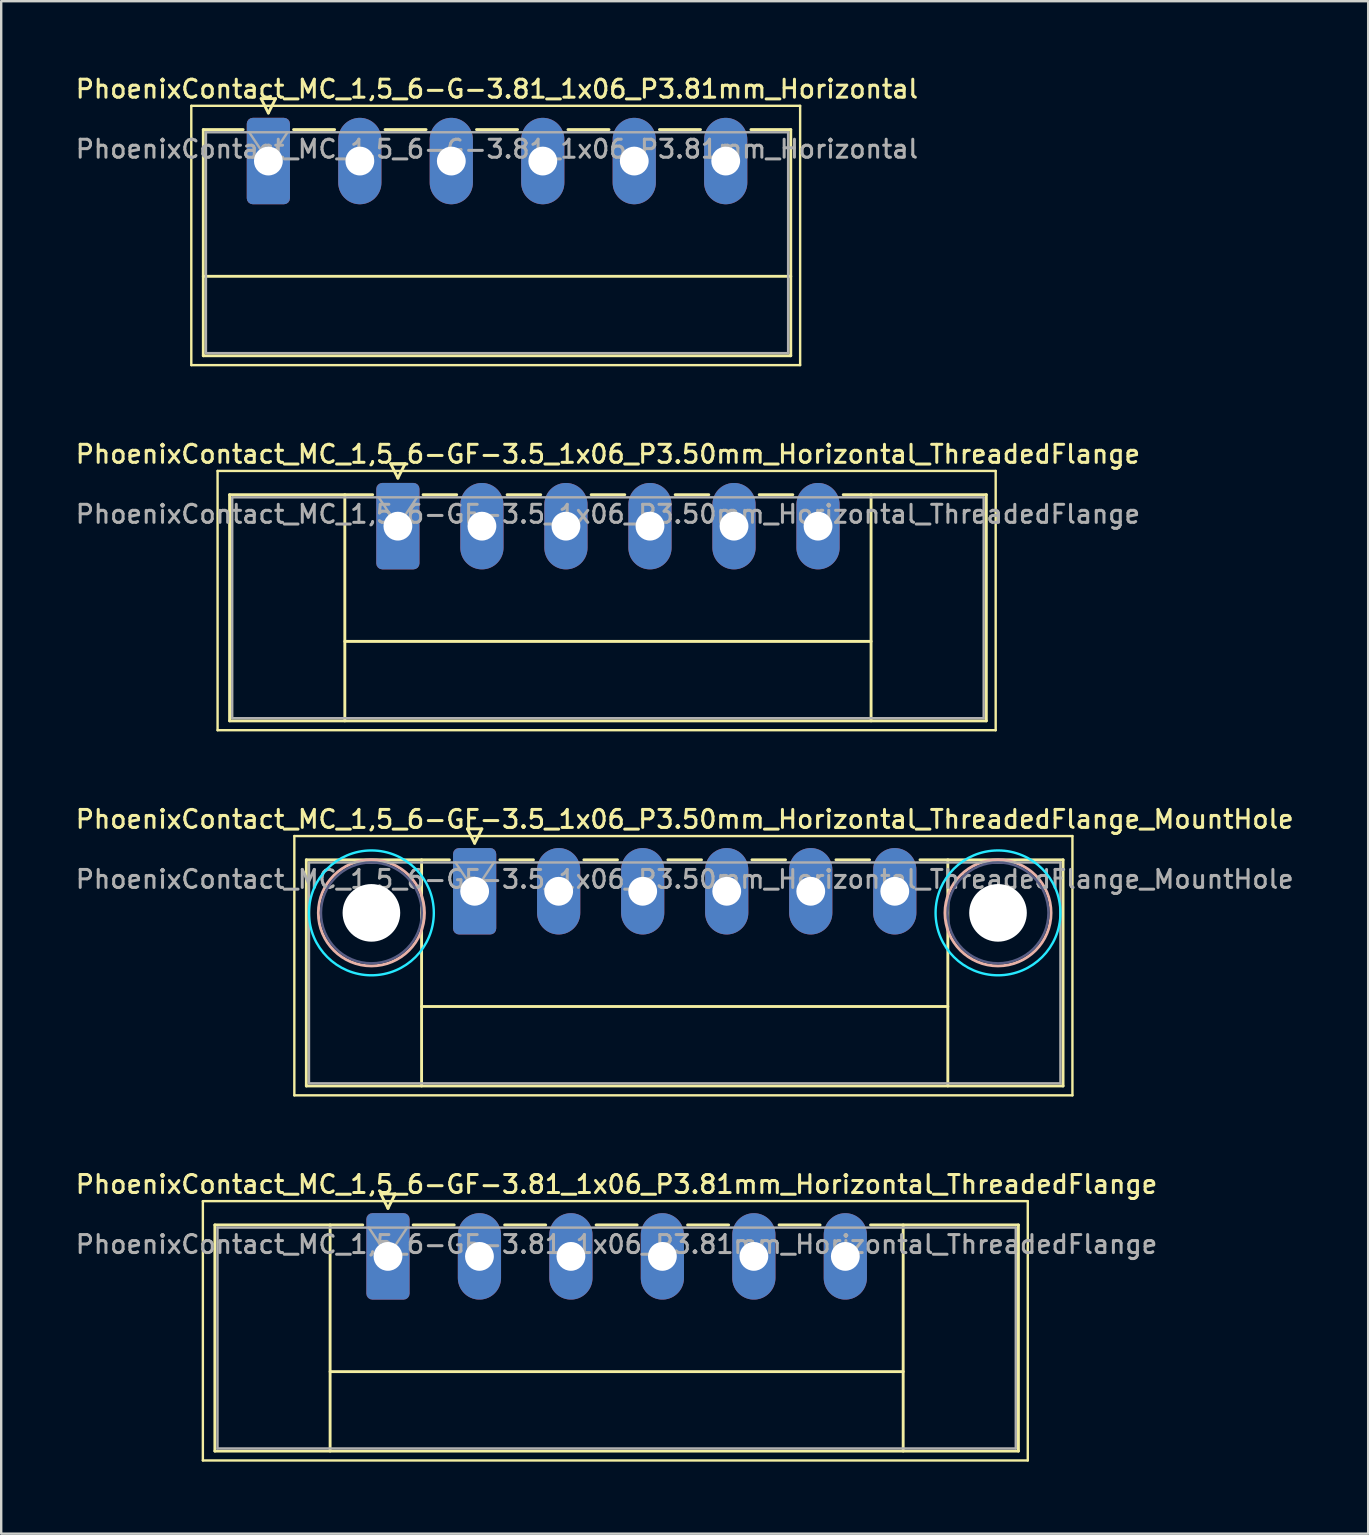
<source format=kicad_pcb>
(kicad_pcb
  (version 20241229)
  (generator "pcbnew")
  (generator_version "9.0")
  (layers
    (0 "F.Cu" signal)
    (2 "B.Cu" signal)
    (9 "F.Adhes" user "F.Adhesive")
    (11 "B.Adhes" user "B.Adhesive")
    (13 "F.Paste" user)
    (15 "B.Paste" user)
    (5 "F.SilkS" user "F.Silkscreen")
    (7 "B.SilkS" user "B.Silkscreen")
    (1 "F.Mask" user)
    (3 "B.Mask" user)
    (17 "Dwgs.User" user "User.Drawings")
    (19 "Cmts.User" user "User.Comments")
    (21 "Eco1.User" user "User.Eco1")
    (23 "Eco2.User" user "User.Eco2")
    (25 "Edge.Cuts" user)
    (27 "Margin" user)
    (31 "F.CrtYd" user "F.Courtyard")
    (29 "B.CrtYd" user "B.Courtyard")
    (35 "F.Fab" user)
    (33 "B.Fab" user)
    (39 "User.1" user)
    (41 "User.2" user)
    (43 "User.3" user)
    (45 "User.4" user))
  (footprint "PhoenixContact_MC_1,5_6-GF-3.5_1x06_P3.50mm_Horizontal_ThreadedFlange"
    (layer "F.Cu")
    (at 13.523 18.866)
    (property "Reference" "PhoenixContact_MC_1,5_6-GF-3.5_1x06_P3.50mm_Horizontal_ThreadedFlange" (at 8.75 -3 0) (layer "F.SilkS") (effects (font (size 0.75 0.75) (thickness 0.125))))
    (attr through_hole)
    (fp_line (start -7.51 -2.3) (end -7.51 8.5) (stroke (width 0.1) (type solid)) (layer "F.SilkS"))
    (fp_line (start -7.51 8.5) (end 24.9 8.5) (stroke (width 0.1) (type solid)) (layer "F.SilkS"))
    (fp_line (start -7.01 -1.31) (end -7.01 8.11) (stroke (width 0.12) (type solid)) (layer "F.SilkS"))
    (fp_line (start -7.01 -1.31) (end -1.05 -1.31) (stroke (width 0.12) (type solid)) (layer "F.SilkS"))
    (fp_line (start -7.01 8.11) (end 24.51 8.11) (stroke (width 0.12) (type solid)) (layer "F.SilkS"))
    (fp_line (start -2.21 -1.31) (end -2.21 8.11) (stroke (width 0.12) (type solid)) (layer "F.SilkS"))
    (fp_line (start -2.21 4.8) (end 19.71 4.8) (stroke (width 0.12) (type solid)) (layer "F.SilkS"))
    (fp_line (start -0.3 -2.6) (end 0.3 -2.6) (stroke (width 0.12) (type solid)) (layer "F.SilkS"))
    (fp_line (start 0 -2) (end -0.3 -2.6) (stroke (width 0.12) (type solid)) (layer "F.SilkS"))
    (fp_line (start 0.3 -2.6) (end 0 -2) (stroke (width 0.12) (type solid)) (layer "F.SilkS"))
    (fp_line (start 1.05 -1.31) (end 2.45 -1.31) (stroke (width 0.12) (type solid)) (layer "F.SilkS"))
    (fp_line (start 4.55 -1.31) (end 5.95 -1.31) (stroke (width 0.12) (type solid)) (layer "F.SilkS"))
    (fp_line (start 8.05 -1.31) (end 9.45 -1.31) (stroke (width 0.12) (type solid)) (layer "F.SilkS"))
    (fp_line (start 11.55 -1.31) (end 12.95 -1.31) (stroke (width 0.12) (type solid)) (layer "F.SilkS"))
    (fp_line (start 15.05 -1.31) (end 16.45 -1.31) (stroke (width 0.12) (type solid)) (layer "F.SilkS"))
    (fp_line (start 19.71 -1.31) (end 19.71 8.11) (stroke (width 0.12) (type solid)) (layer "F.SilkS"))
    (fp_line (start 24.51 -1.31) (end 18.55 -1.31) (stroke (width 0.12) (type solid)) (layer "F.SilkS"))
    (fp_line (start 24.51 8.11) (end 24.51 -1.31) (stroke (width 0.12) (type solid)) (layer "F.SilkS"))
    (fp_line (start 24.9 -2.3) (end -7.51 -2.3) (stroke (width 0.1) (type solid)) (layer "F.SilkS"))
    (fp_line (start 24.9 8.5) (end 24.9 -2.3) (stroke (width 0.1) (type solid)) (layer "F.SilkS"))
    (fp_line (start -6.9 -1.2) (end -6.9 8) (stroke (width 0.1) (type solid)) (layer "F.Fab"))
    (fp_line (start -6.9 8) (end 24.4 8) (stroke (width 0.1) (type solid)) (layer "F.Fab"))
    (fp_line (start 0 0) (end -0.8 -1.2) (stroke (width 0.1) (type solid)) (layer "F.Fab"))
    (fp_line (start 0.8 -1.2) (end 0 0) (stroke (width 0.1) (type solid)) (layer "F.Fab"))
    (fp_line (start 24.4 -1.2) (end -6.9 -1.2) (stroke (width 0.1) (type solid)) (layer "F.Fab"))
    (fp_line (start 24.4 8) (end 24.4 -1.2) (stroke (width 0.1) (type solid)) (layer "F.Fab"))
    (fp_text user "${REFERENCE}" (at 8.75 -0.5 0) (layer "F.Fab") (effects (font (size 0.75 0.75) (thickness 0.125))))
    (pad "1" thru_hole roundrect (at 0 0) (size 1.8 3.6) (drill 1.2) (layers "*.Cu" "*.Mask") (roundrect_rratio 0.139))
    (pad "2" thru_hole oval (at 3.5 0) (size 1.8 3.6) (drill 1.2) (layers "*.Cu" "*.Mask"))
    (pad "3" thru_hole oval (at 7 0) (size 1.8 3.6) (drill 1.2) (layers "*.Cu" "*.Mask"))
    (pad "4" thru_hole oval (at 10.5 0) (size 1.8 3.6) (drill 1.2) (layers "*.Cu" "*.Mask"))
    (pad "5" thru_hole oval (at 14 0) (size 1.8 3.6) (drill 1.2) (layers "*.Cu" "*.Mask"))
    (pad "6" thru_hole oval (at 17.5 0) (size 1.8 3.6) (drill 1.2) (layers "*.Cu" "*.Mask")))
  (footprint "PhoenixContact_MC_1,5_6-GF-3.81_1x06_P3.81mm_Horizontal_ThreadedFlange"
    (layer "F.Cu")
    (at 13.11 49.282)
    (property "Reference" "PhoenixContact_MC_1,5_6-GF-3.81_1x06_P3.81mm_Horizontal_ThreadedFlange" (at 9.52 -3 0) (layer "F.SilkS") (effects (font (size 0.75 0.75) (thickness 0.125))))
    (attr through_hole)
    (fp_line (start -7.71 -2.3) (end -7.71 8.5) (stroke (width 0.1) (type solid)) (layer "F.SilkS"))
    (fp_line (start -7.71 8.5) (end 26.65 8.5) (stroke (width 0.1) (type solid)) (layer "F.SilkS"))
    (fp_line (start -7.21 -1.31) (end -7.21 8.11) (stroke (width 0.12) (type solid)) (layer "F.SilkS"))
    (fp_line (start -7.21 -1.31) (end -1.05 -1.31) (stroke (width 0.12) (type solid)) (layer "F.SilkS"))
    (fp_line (start -7.21 8.11) (end 26.26 8.11) (stroke (width 0.12) (type solid)) (layer "F.SilkS"))
    (fp_line (start -2.41 -1.31) (end -2.41 8.11) (stroke (width 0.12) (type solid)) (layer "F.SilkS"))
    (fp_line (start -2.41 4.8) (end 21.46 4.8) (stroke (width 0.12) (type solid)) (layer "F.SilkS"))
    (fp_line (start -0.3 -2.6) (end 0.3 -2.6) (stroke (width 0.12) (type solid)) (layer "F.SilkS"))
    (fp_line (start 0 -2) (end -0.3 -2.6) (stroke (width 0.12) (type solid)) (layer "F.SilkS"))
    (fp_line (start 0.3 -2.6) (end 0 -2) (stroke (width 0.12) (type solid)) (layer "F.SilkS"))
    (fp_line (start 1.05 -1.31) (end 2.76 -1.31) (stroke (width 0.12) (type solid)) (layer "F.SilkS"))
    (fp_line (start 4.86 -1.31) (end 6.57 -1.31) (stroke (width 0.12) (type solid)) (layer "F.SilkS"))
    (fp_line (start 8.67 -1.31) (end 10.38 -1.31) (stroke (width 0.12) (type solid)) (layer "F.SilkS"))
    (fp_line (start 12.48 -1.31) (end 14.19 -1.31) (stroke (width 0.12) (type solid)) (layer "F.SilkS"))
    (fp_line (start 16.29 -1.31) (end 18 -1.31) (stroke (width 0.12) (type solid)) (layer "F.SilkS"))
    (fp_line (start 21.46 -1.31) (end 21.46 8.11) (stroke (width 0.12) (type solid)) (layer "F.SilkS"))
    (fp_line (start 26.26 -1.31) (end 20.1 -1.31) (stroke (width 0.12) (type solid)) (layer "F.SilkS"))
    (fp_line (start 26.26 8.11) (end 26.26 -1.31) (stroke (width 0.12) (type solid)) (layer "F.SilkS"))
    (fp_line (start 26.65 -2.3) (end -7.71 -2.3) (stroke (width 0.1) (type solid)) (layer "F.SilkS"))
    (fp_line (start 26.65 8.5) (end 26.65 -2.3) (stroke (width 0.1) (type solid)) (layer "F.SilkS"))
    (fp_line (start -7.1 -1.2) (end -7.1 8) (stroke (width 0.1) (type solid)) (layer "F.Fab"))
    (fp_line (start -7.1 8) (end 26.15 8) (stroke (width 0.1) (type solid)) (layer "F.Fab"))
    (fp_line (start 0 0) (end -0.8 -1.2) (stroke (width 0.1) (type solid)) (layer "F.Fab"))
    (fp_line (start 0.8 -1.2) (end 0 0) (stroke (width 0.1) (type solid)) (layer "F.Fab"))
    (fp_line (start 26.15 -1.2) (end -7.1 -1.2) (stroke (width 0.1) (type solid)) (layer "F.Fab"))
    (fp_line (start 26.15 8) (end 26.15 -1.2) (stroke (width 0.1) (type solid)) (layer "F.Fab"))
    (fp_text user "${REFERENCE}" (at 9.52 -0.5 0) (layer "F.Fab") (effects (font (size 0.75 0.75) (thickness 0.125))))
    (pad "1" thru_hole roundrect (at 0 0) (size 1.8 3.6) (drill 1.2) (layers "*.Cu" "*.Mask") (roundrect_rratio 0.139))
    (pad "2" thru_hole oval (at 3.81 0) (size 1.8 3.6) (drill 1.2) (layers "*.Cu" "*.Mask"))
    (pad "3" thru_hole oval (at 7.62 0) (size 1.8 3.6) (drill 1.2) (layers "*.Cu" "*.Mask"))
    (pad "4" thru_hole oval (at 11.43 0) (size 1.8 3.6) (drill 1.2) (layers "*.Cu" "*.Mask"))
    (pad "5" thru_hole oval (at 15.24 0) (size 1.8 3.6) (drill 1.2) (layers "*.Cu" "*.Mask"))
    (pad "6" thru_hole oval (at 19.05 0) (size 1.8 3.6) (drill 1.2) (layers "*.Cu" "*.Mask")))
  (footprint "PhoenixContact_MC_1,5_6-G-3.81_1x06_P3.81mm_Horizontal"
    (layer "F.Cu")
    (at 8.128 3.658)
    (property "Reference" "PhoenixContact_MC_1,5_6-G-3.81_1x06_P3.81mm_Horizontal" (at 9.52 -3 0) (layer "F.SilkS") (effects (font (size 0.75 0.75) (thickness 0.125))))
    (attr through_hole)
    (fp_line (start -3.21 -2.3) (end -3.21 8.5) (stroke (width 0.1) (type solid)) (layer "F.SilkS"))
    (fp_line (start -3.21 8.5) (end 22.15 8.5) (stroke (width 0.1) (type solid)) (layer "F.SilkS"))
    (fp_line (start -2.71 -1.31) (end -2.71 8.11) (stroke (width 0.12) (type solid)) (layer "F.SilkS"))
    (fp_line (start -2.71 -1.31) (end -1.05 -1.31) (stroke (width 0.12) (type solid)) (layer "F.SilkS"))
    (fp_line (start -2.71 4.8) (end 21.76 4.8) (stroke (width 0.12) (type solid)) (layer "F.SilkS"))
    (fp_line (start -2.71 8.11) (end 21.76 8.11) (stroke (width 0.12) (type solid)) (layer "F.SilkS"))
    (fp_line (start -0.3 -2.6) (end 0.3 -2.6) (stroke (width 0.12) (type solid)) (layer "F.SilkS"))
    (fp_line (start 0 -2) (end -0.3 -2.6) (stroke (width 0.12) (type solid)) (layer "F.SilkS"))
    (fp_line (start 0.3 -2.6) (end 0 -2) (stroke (width 0.12) (type solid)) (layer "F.SilkS"))
    (fp_line (start 1.05 -1.31) (end 2.76 -1.31) (stroke (width 0.12) (type solid)) (layer "F.SilkS"))
    (fp_line (start 4.86 -1.31) (end 6.57 -1.31) (stroke (width 0.12) (type solid)) (layer "F.SilkS"))
    (fp_line (start 8.67 -1.31) (end 10.38 -1.31) (stroke (width 0.12) (type solid)) (layer "F.SilkS"))
    (fp_line (start 12.48 -1.31) (end 14.19 -1.31) (stroke (width 0.12) (type solid)) (layer "F.SilkS"))
    (fp_line (start 16.29 -1.31) (end 18 -1.31) (stroke (width 0.12) (type solid)) (layer "F.SilkS"))
    (fp_line (start 21.76 -1.31) (end 20.1 -1.31) (stroke (width 0.12) (type solid)) (layer "F.SilkS"))
    (fp_line (start 21.76 8.11) (end 21.76 -1.31) (stroke (width 0.12) (type solid)) (layer "F.SilkS"))
    (fp_line (start 22.15 -2.3) (end -3.21 -2.3) (stroke (width 0.1) (type solid)) (layer "F.SilkS"))
    (fp_line (start 22.15 8.5) (end 22.15 -2.3) (stroke (width 0.1) (type solid)) (layer "F.SilkS"))
    (fp_line (start -2.6 -1.2) (end -2.6 8) (stroke (width 0.1) (type solid)) (layer "F.Fab"))
    (fp_line (start -2.6 8) (end 21.65 8) (stroke (width 0.1) (type solid)) (layer "F.Fab"))
    (fp_line (start 0 0) (end -0.8 -1.2) (stroke (width 0.1) (type solid)) (layer "F.Fab"))
    (fp_line (start 0.8 -1.2) (end 0 0) (stroke (width 0.1) (type solid)) (layer "F.Fab"))
    (fp_line (start 21.65 -1.2) (end -2.6 -1.2) (stroke (width 0.1) (type solid)) (layer "F.Fab"))
    (fp_line (start 21.65 8) (end 21.65 -1.2) (stroke (width 0.1) (type solid)) (layer "F.Fab"))
    (fp_text user "${REFERENCE}" (at 9.52 -0.5 0) (layer "F.Fab") (effects (font (size 0.75 0.75) (thickness 0.125))))
    (pad "1" thru_hole roundrect (at 0 0) (size 1.8 3.6) (drill 1.2) (layers "*.Cu" "*.Mask") (roundrect_rratio 0.139))
    (pad "2" thru_hole oval (at 3.81 0) (size 1.8 3.6) (drill 1.2) (layers "*.Cu" "*.Mask"))
    (pad "3" thru_hole oval (at 7.62 0) (size 1.8 3.6) (drill 1.2) (layers "*.Cu" "*.Mask"))
    (pad "4" thru_hole oval (at 11.43 0) (size 1.8 3.6) (drill 1.2) (layers "*.Cu" "*.Mask"))
    (pad "5" thru_hole oval (at 15.24 0) (size 1.8 3.6) (drill 1.2) (layers "*.Cu" "*.Mask"))
    (pad "6" thru_hole oval (at 19.05 0) (size 1.8 3.6) (drill 1.2) (layers "*.Cu" "*.Mask")))
  (footprint "PhoenixContact_MC_1,5_6-GF-3.5_1x06_P3.50mm_Horizontal_ThreadedFlange_MountHole"
    (layer "F.Cu")
    (at 16.72 34.074)
    (property "Reference" "PhoenixContact_MC_1,5_6-GF-3.5_1x06_P3.50mm_Horizontal_ThreadedFlange_MountHole" (at 8.75 -3 0) (layer "F.SilkS") (effects (font (size 0.75 0.75) (thickness 0.125))))
    (attr through_hole)
    (fp_line (start -7.51 -2.3) (end -7.51 8.5) (stroke (width 0.1) (type solid)) (layer "F.SilkS"))
    (fp_line (start -7.51 8.5) (end 24.9 8.5) (stroke (width 0.1) (type solid)) (layer "F.SilkS"))
    (fp_line (start -7.01 -1.31) (end -7.01 8.11) (stroke (width 0.12) (type solid)) (layer "F.SilkS"))
    (fp_line (start -7.01 -1.31) (end -1.05 -1.31) (stroke (width 0.12) (type solid)) (layer "F.SilkS"))
    (fp_line (start -7.01 8.11) (end 24.51 8.11) (stroke (width 0.12) (type solid)) (layer "F.SilkS"))
    (fp_line (start -2.21 -1.31) (end -2.21 8.11) (stroke (width 0.12) (type solid)) (layer "F.SilkS"))
    (fp_line (start -2.21 4.8) (end 19.71 4.8) (stroke (width 0.12) (type solid)) (layer "F.SilkS"))
    (fp_line (start -0.3 -2.6) (end 0.3 -2.6) (stroke (width 0.12) (type solid)) (layer "F.SilkS"))
    (fp_line (start 0 -2) (end -0.3 -2.6) (stroke (width 0.12) (type solid)) (layer "F.SilkS"))
    (fp_line (start 0.3 -2.6) (end 0 -2) (stroke (width 0.12) (type solid)) (layer "F.SilkS"))
    (fp_line (start 1.05 -1.31) (end 2.45 -1.31) (stroke (width 0.12) (type solid)) (layer "F.SilkS"))
    (fp_line (start 4.55 -1.31) (end 5.95 -1.31) (stroke (width 0.12) (type solid)) (layer "F.SilkS"))
    (fp_line (start 8.05 -1.31) (end 9.45 -1.31) (stroke (width 0.12) (type solid)) (layer "F.SilkS"))
    (fp_line (start 11.55 -1.31) (end 12.95 -1.31) (stroke (width 0.12) (type solid)) (layer "F.SilkS"))
    (fp_line (start 15.05 -1.31) (end 16.45 -1.31) (stroke (width 0.12) (type solid)) (layer "F.SilkS"))
    (fp_line (start 19.71 -1.31) (end 19.71 8.11) (stroke (width 0.12) (type solid)) (layer "F.SilkS"))
    (fp_line (start 24.51 -1.31) (end 18.55 -1.31) (stroke (width 0.12) (type solid)) (layer "F.SilkS"))
    (fp_line (start 24.51 8.11) (end 24.51 -1.31) (stroke (width 0.12) (type solid)) (layer "F.SilkS"))
    (fp_line (start 24.9 -2.3) (end -7.51 -2.3) (stroke (width 0.1) (type solid)) (layer "F.SilkS"))
    (fp_line (start 24.9 8.5) (end 24.9 -2.3) (stroke (width 0.1) (type solid)) (layer "F.SilkS"))
    (fp_circle (center -4.3 0.9) (end -2.09 0.9) (stroke (width 0.12) (type solid)) (fill no) (layer "B.SilkS"))
    (fp_circle (center 21.8 0.9) (end 24.01 0.9) (stroke (width 0.12) (type solid)) (fill no) (layer "B.SilkS"))
    (fp_circle (center -4.3 0.9) (end -1.7 0.9) (stroke (width 0.1) (type solid)) (fill no) (layer "B.CrtYd"))
    (fp_circle (center 21.8 0.9) (end 24.4 0.9) (stroke (width 0.1) (type solid)) (fill no) (layer "B.CrtYd"))
    (fp_circle (center -4.3 0.9) (end -2.2 0.9) (stroke (width 0.1) (type solid)) (fill no) (layer "B.Fab"))
    (fp_circle (center 21.8 0.9) (end 23.9 0.9) (stroke (width 0.1) (type solid)) (fill no) (layer "B.Fab"))
    (fp_line (start -6.9 -1.2) (end -6.9 8) (stroke (width 0.1) (type solid)) (layer "F.Fab"))
    (fp_line (start -6.9 8) (end 24.4 8) (stroke (width 0.1) (type solid)) (layer "F.Fab"))
    (fp_line (start 0 0) (end -0.8 -1.2) (stroke (width 0.1) (type solid)) (layer "F.Fab"))
    (fp_line (start 0.8 -1.2) (end 0 0) (stroke (width 0.1) (type solid)) (layer "F.Fab"))
    (fp_line (start 24.4 -1.2) (end -6.9 -1.2) (stroke (width 0.1) (type solid)) (layer "F.Fab"))
    (fp_line (start 24.4 8) (end 24.4 -1.2) (stroke (width 0.1) (type solid)) (layer "F.Fab"))
    (fp_text user "${REFERENCE}" (at 8.75 -0.5 0) (layer "F.Fab") (effects (font (size 0.75 0.75) (thickness 0.125))))
    (pad "" np_thru_hole circle (at -4.3 0.9) (size 2.4 2.4) (drill 2.4) (layers "*.Cu" "*.Mask"))
    (pad "" np_thru_hole circle (at 21.8 0.9) (size 2.4 2.4) (drill 2.4) (layers "*.Cu" "*.Mask"))
    (pad "1" thru_hole roundrect (at 0 0) (size 1.8 3.6) (drill 1.2) (layers "*.Cu" "*.Mask") (roundrect_rratio 0.139))
    (pad "2" thru_hole oval (at 3.5 0) (size 1.8 3.6) (drill 1.2) (layers "*.Cu" "*.Mask"))
    (pad "3" thru_hole oval (at 7 0) (size 1.8 3.6) (drill 1.2) (layers "*.Cu" "*.Mask"))
    (pad "4" thru_hole oval (at 10.5 0) (size 1.8 3.6) (drill 1.2) (layers "*.Cu" "*.Mask"))
    (pad "5" thru_hole oval (at 14 0) (size 1.8 3.6) (drill 1.2) (layers "*.Cu" "*.Mask"))
    (pad "6" thru_hole oval (at 17.5 0) (size 1.8 3.6) (drill 1.2) (layers "*.Cu" "*.Mask")))
  (gr_rect
    (start -3 -3)
    (end 53.939 60.833)
    (stroke (width 0.1) (type default))
    (fill no)
    (layer "Edge.Cuts")))
</source>
